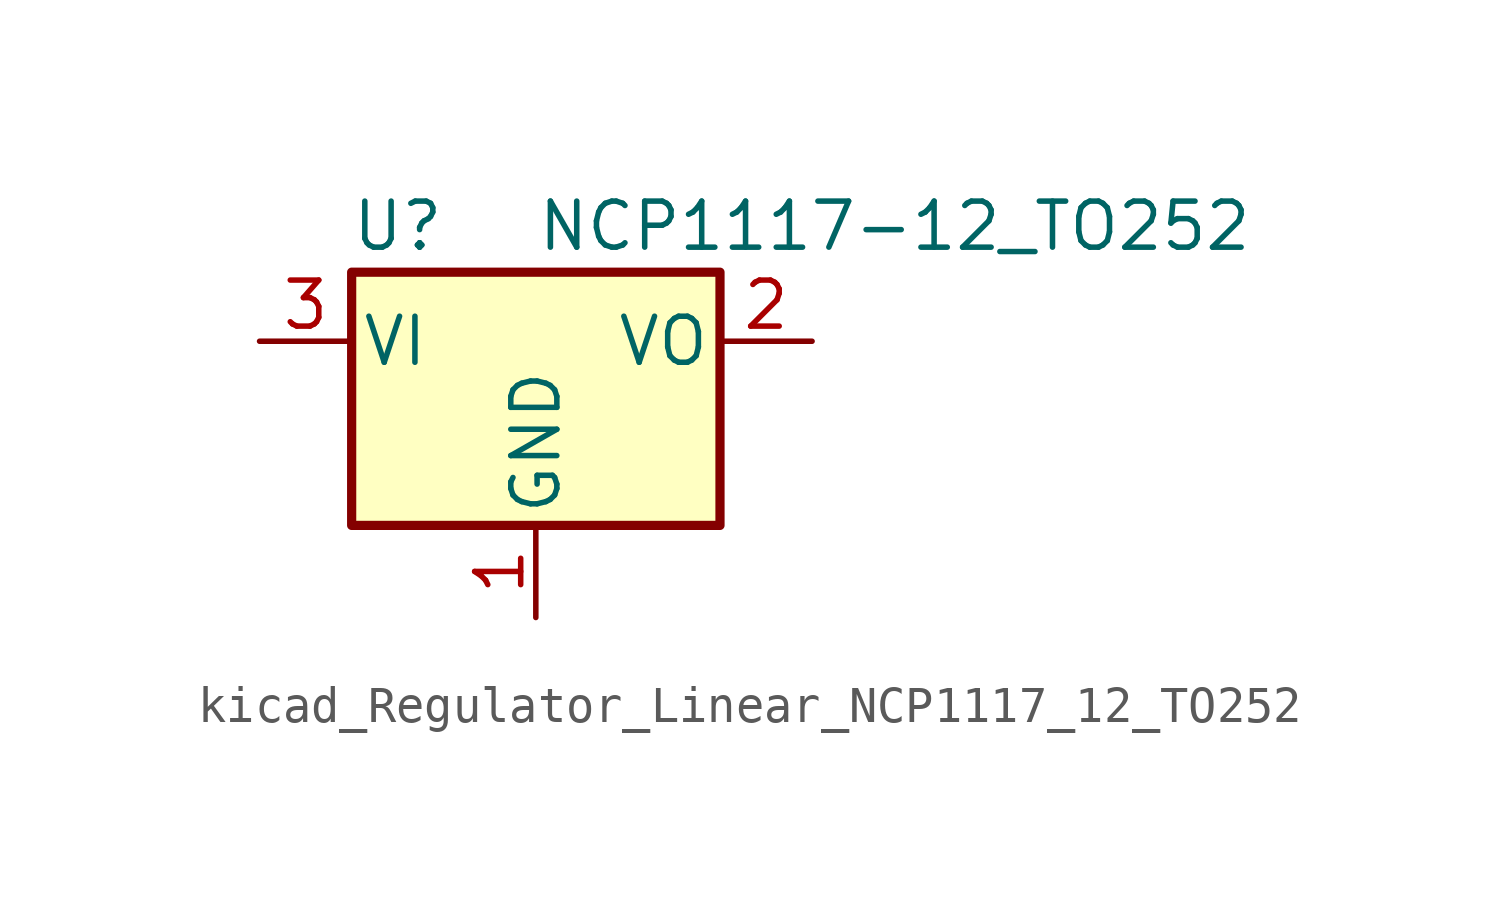
<source format=kicad_sym>
(kicad_symbol_lib
  (version 20220914)
  (generator kicad_symbol_editor)
  (symbol "kicad_Regulator_Linear_NCP1117_12_TO252"
    (pin_names
      (offset 0.254))
    (property "Reference" "U"
      (at -3.81 3.175 0)
      (effects (font (size 1.27 1.27))))
    (property "Value" "NCP1117-12_TO252"
      (at 0 3.175 0)
      (effects (font (size 1.27 1.27)) (justify left)))
    (symbol "kicad_Regulator_Linear_NCP1117_12_TO252_0_1"
      (rectangle (start -5.08 1.905) (end 5.08 -5.08) (stroke (width 0.254) (type default)) (fill (type background))))
    (symbol "kicad_Regulator_Linear_NCP1117_12_TO252_1_1"
      (pin power_in line (at 0 -7.62 90) (length 2.54) (name "GND" (effects (font (size 1.27 1.27)))) (number "1" (effects (font (size 1.27 1.27)))))
      (pin power_out line (at 7.62 0 180) (length 2.54) (name "VO" (effects (font (size 1.27 1.27)))) (number "2" (effects (font (size 1.27 1.27)))))
      (pin power_in line (at -7.62 0 0) (length 2.54) (name "VI" (effects (font (size 1.27 1.27)))) (number "3" (effects (font (size 1.27 1.27))))))))
</source>
